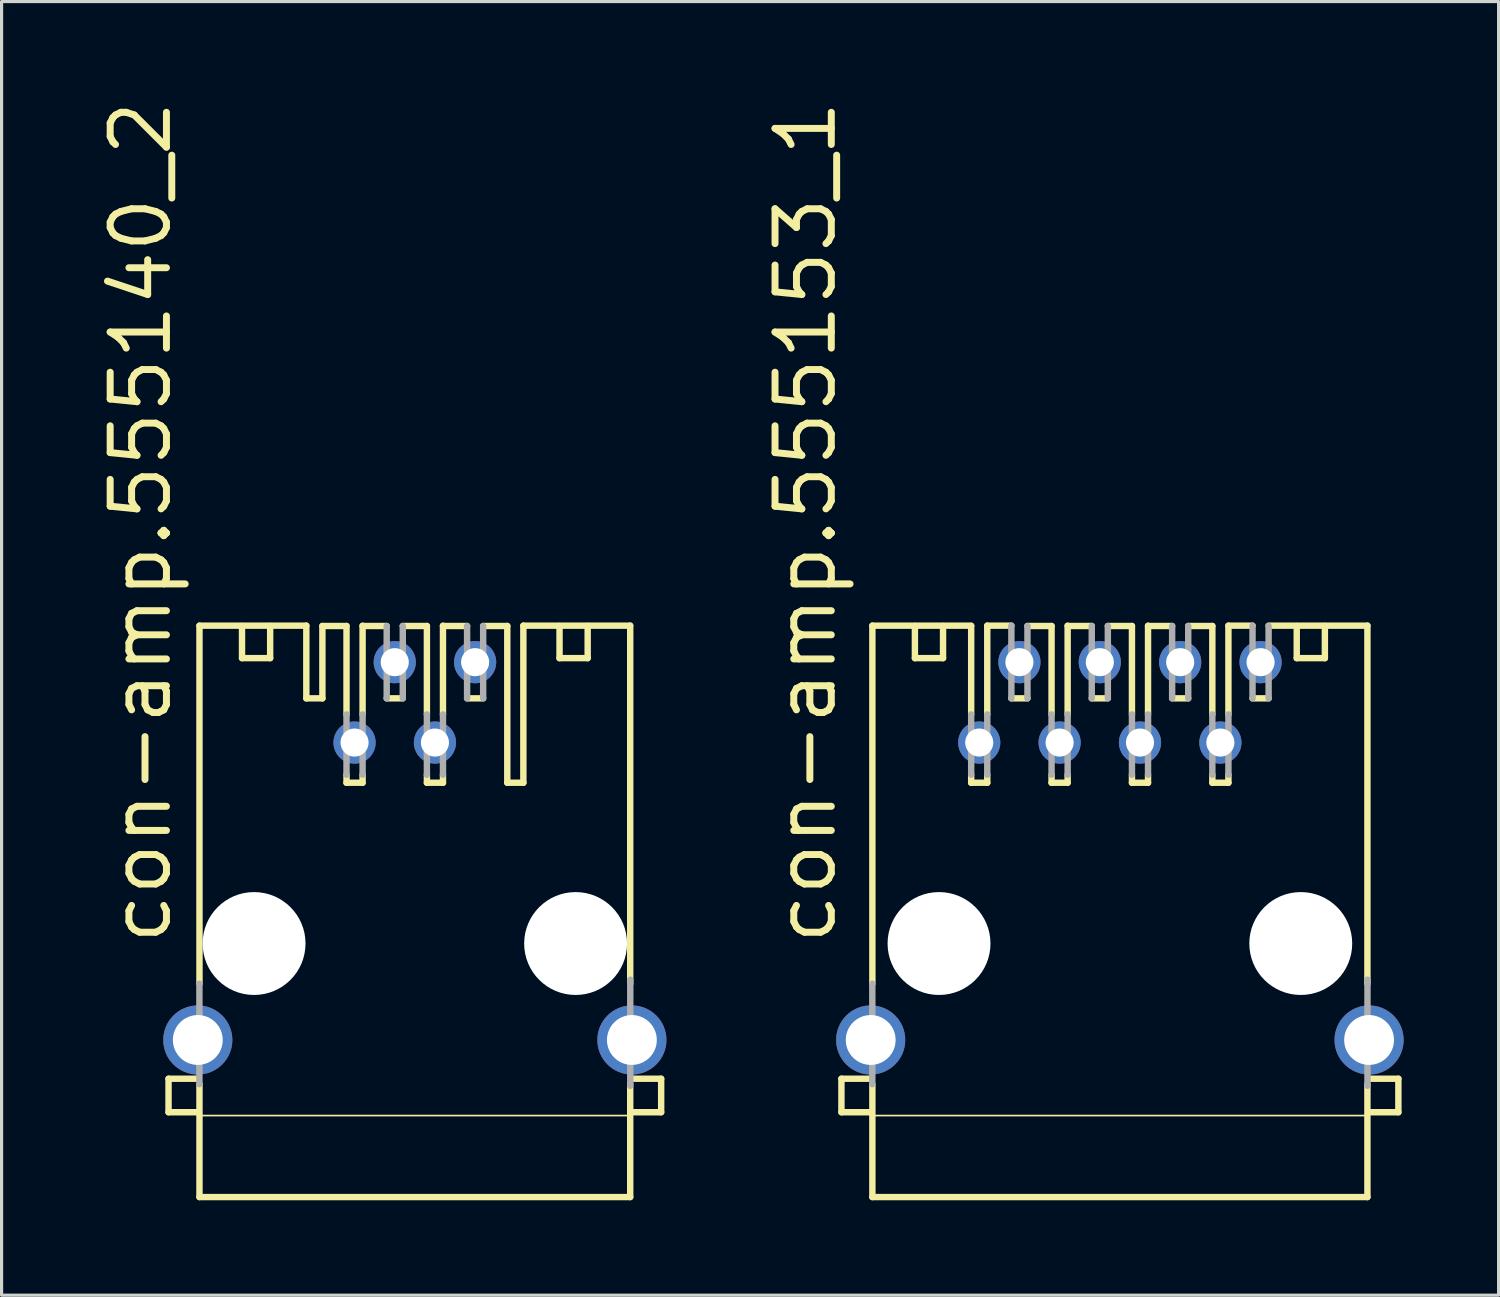
<source format=kicad_pcb>
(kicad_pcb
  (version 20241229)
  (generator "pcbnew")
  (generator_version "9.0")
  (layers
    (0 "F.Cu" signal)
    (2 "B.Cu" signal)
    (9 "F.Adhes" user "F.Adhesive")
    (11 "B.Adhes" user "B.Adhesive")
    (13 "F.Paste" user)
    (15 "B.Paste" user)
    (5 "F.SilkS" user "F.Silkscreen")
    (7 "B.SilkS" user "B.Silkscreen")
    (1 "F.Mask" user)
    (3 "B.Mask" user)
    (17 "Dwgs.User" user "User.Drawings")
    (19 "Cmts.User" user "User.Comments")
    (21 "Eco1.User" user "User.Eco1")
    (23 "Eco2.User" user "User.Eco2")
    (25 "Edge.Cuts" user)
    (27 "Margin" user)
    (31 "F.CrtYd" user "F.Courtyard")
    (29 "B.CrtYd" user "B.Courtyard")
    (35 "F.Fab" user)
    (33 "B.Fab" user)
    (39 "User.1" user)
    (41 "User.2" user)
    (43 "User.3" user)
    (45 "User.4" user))
  (footprint "con-amp.555153_1"
    (layer "F.Cu")
    (at 32.336 26.763)
    (property "Reference" "con-amp.555153_1" (at -8.89 0.127 90) (layer "F.SilkS") (effects (font (size 1.778 1.778) (thickness 0.22)) (justify left bottom)))
    (attr through_hole)
    (fp_line (start -8.799 4.273) (end -7.845 4.273) (stroke (width 0.203) (type default)) (layer "F.SilkS"))
    (fp_line (start -8.799 5.331) (end -8.799 4.273) (stroke (width 0.203) (type default)) (layer "F.SilkS"))
    (fp_line (start -7.874 5.436) (end 7.874 5.436) (stroke (width 0.051) (type default)) (layer "F.SilkS"))
    (fp_line (start -7.844 5.331) (end -8.799 5.331) (stroke (width 0.203) (type default)) (layer "F.SilkS"))
    (fp_line (start -7.821 -10.043) (end -4.699 -10.043) (stroke (width 0.203) (type default)) (layer "F.SilkS"))
    (fp_line (start -7.821 1.27) (end -7.821 -10.043) (stroke (width 0.203) (type default)) (layer "F.SilkS"))
    (fp_line (start -7.821 8.011) (end -7.821 4.445) (stroke (width 0.203) (type default)) (layer "F.SilkS"))
    (fp_line (start -6.477 -10.033) (end -6.477 -9.017) (stroke (width 0.203) (type default)) (layer "F.SilkS"))
    (fp_line (start -6.477 -9.017) (end -5.588 -9.017) (stroke (width 0.203) (type default)) (layer "F.SilkS"))
    (fp_line (start -5.588 -9.017) (end -5.588 -10.033) (stroke (width 0.203) (type default)) (layer "F.SilkS"))
    (fp_line (start -4.699 -7.239) (end -4.699 -10.033) (stroke (width 0.203) (type default)) (layer "F.SilkS"))
    (fp_line (start -4.699 -5.08) (end -4.699 -5.334) (stroke (width 0.203) (type default)) (layer "F.SilkS"))
    (fp_line (start -4.191 -10.043) (end -3.429 -10.043) (stroke (width 0.203) (type default)) (layer "F.SilkS"))
    (fp_line (start -4.191 -7.239) (end -4.191 -10.043) (stroke (width 0.203) (type default)) (layer "F.SilkS"))
    (fp_line (start -4.191 -5.08) (end -4.699 -5.08) (stroke (width 0.203) (type default)) (layer "F.SilkS"))
    (fp_line (start -4.191 -5.08) (end -4.191 -5.334) (stroke (width 0.203) (type default)) (layer "F.SilkS"))
    (fp_line (start -2.921 -10.033) (end -2.159 -10.033) (stroke (width 0.203) (type default)) (layer "F.SilkS"))
    (fp_line (start -2.921 -7.747) (end -3.429 -7.747) (stroke (width 0.203) (type default)) (layer "F.SilkS"))
    (fp_line (start -2.159 -7.239) (end -2.159 -10.033) (stroke (width 0.203) (type default)) (layer "F.SilkS"))
    (fp_line (start -2.159 -5.08) (end -2.159 -5.334) (stroke (width 0.203) (type default)) (layer "F.SilkS"))
    (fp_line (start -1.651 -10.033) (end -0.889 -10.033) (stroke (width 0.203) (type default)) (layer "F.SilkS"))
    (fp_line (start -1.651 -7.239) (end -1.651 -10.043) (stroke (width 0.203) (type default)) (layer "F.SilkS"))
    (fp_line (start -1.651 -5.08) (end -2.159 -5.08) (stroke (width 0.203) (type default)) (layer "F.SilkS"))
    (fp_line (start -1.651 -5.08) (end -1.651 -5.334) (stroke (width 0.203) (type default)) (layer "F.SilkS"))
    (fp_line (start -0.381 -10.033) (end 0.381 -10.033) (stroke (width 0.203) (type default)) (layer "F.SilkS"))
    (fp_line (start -0.381 -7.747) (end -0.889 -7.747) (stroke (width 0.203) (type default)) (layer "F.SilkS"))
    (fp_line (start 0.381 -7.239) (end 0.381 -10.033) (stroke (width 0.203) (type default)) (layer "F.SilkS"))
    (fp_line (start 0.381 -5.08) (end 0.381 -5.334) (stroke (width 0.203) (type default)) (layer "F.SilkS"))
    (fp_line (start 0.889 -10.033) (end 1.651 -10.033) (stroke (width 0.203) (type default)) (layer "F.SilkS"))
    (fp_line (start 0.889 -7.239) (end 0.889 -10.043) (stroke (width 0.203) (type default)) (layer "F.SilkS"))
    (fp_line (start 0.889 -5.08) (end 0.381 -5.08) (stroke (width 0.203) (type default)) (layer "F.SilkS"))
    (fp_line (start 0.889 -5.08) (end 0.889 -5.334) (stroke (width 0.203) (type default)) (layer "F.SilkS"))
    (fp_line (start 2.159 -10.033) (end 2.921 -10.033) (stroke (width 0.203) (type default)) (layer "F.SilkS"))
    (fp_line (start 2.159 -7.747) (end 1.651 -7.747) (stroke (width 0.203) (type default)) (layer "F.SilkS"))
    (fp_line (start 2.921 -7.239) (end 2.921 -10.033) (stroke (width 0.203) (type default)) (layer "F.SilkS"))
    (fp_line (start 2.921 -5.08) (end 2.921 -5.334) (stroke (width 0.203) (type default)) (layer "F.SilkS"))
    (fp_line (start 3.429 -10.043) (end 4.191 -10.043) (stroke (width 0.203) (type default)) (layer "F.SilkS"))
    (fp_line (start 3.429 -7.239) (end 3.429 -10.043) (stroke (width 0.203) (type default)) (layer "F.SilkS"))
    (fp_line (start 3.429 -5.08) (end 2.921 -5.08) (stroke (width 0.203) (type default)) (layer "F.SilkS"))
    (fp_line (start 3.429 -5.08) (end 3.429 -5.334) (stroke (width 0.203) (type default)) (layer "F.SilkS"))
    (fp_line (start 4.699 -10.043) (end 7.821 -10.043) (stroke (width 0.203) (type default)) (layer "F.SilkS"))
    (fp_line (start 4.699 -7.747) (end 4.191 -7.747) (stroke (width 0.203) (type default)) (layer "F.SilkS"))
    (fp_line (start 5.588 -9.017) (end 5.588 -10.033) (stroke (width 0.203) (type default)) (layer "F.SilkS"))
    (fp_line (start 6.477 -10.033) (end 6.477 -9.017) (stroke (width 0.203) (type default)) (layer "F.SilkS"))
    (fp_line (start 6.477 -9.017) (end 5.588 -9.017) (stroke (width 0.203) (type default)) (layer "F.SilkS"))
    (fp_line (start 7.821 -10.043) (end 7.821 1.27) (stroke (width 0.203) (type default)) (layer "F.SilkS"))
    (fp_line (start 7.821 4.445) (end 7.821 8.011) (stroke (width 0.203) (type default)) (layer "F.SilkS"))
    (fp_line (start 7.821 8.011) (end -7.821 8.011) (stroke (width 0.203) (type default)) (layer "F.SilkS"))
    (fp_line (start 7.869 5.331) (end 8.799 5.331) (stroke (width 0.203) (type default)) (layer "F.SilkS"))
    (fp_line (start 8.799 4.273) (end 7.87 4.273) (stroke (width 0.203) (type default)) (layer "F.SilkS"))
    (fp_line (start 8.799 5.331) (end 8.799 4.273) (stroke (width 0.203) (type default)) (layer "F.SilkS"))
    (fp_line (start -7.823 4.445) (end -7.823 1.27) (stroke (width 0.203) (type default)) (layer "F.Fab"))
    (fp_line (start -4.699 -7.239) (end -4.699 -5.334) (stroke (width 0.203) (type default)) (layer "F.Fab"))
    (fp_line (start -4.191 -7.239) (end -4.191 -5.334) (stroke (width 0.203) (type default)) (layer "F.Fab"))
    (fp_line (start -3.429 -10.043) (end -3.429 -7.747) (stroke (width 0.203) (type default)) (layer "F.Fab"))
    (fp_line (start -2.921 -10.033) (end -2.921 -7.747) (stroke (width 0.203) (type default)) (layer "F.Fab"))
    (fp_line (start -2.159 -7.239) (end -2.159 -5.334) (stroke (width 0.203) (type default)) (layer "F.Fab"))
    (fp_line (start -1.651 -7.239) (end -1.651 -5.334) (stroke (width 0.203) (type default)) (layer "F.Fab"))
    (fp_line (start -0.889 -10.033) (end -0.889 -7.747) (stroke (width 0.203) (type default)) (layer "F.Fab"))
    (fp_line (start -0.381 -10.033) (end -0.381 -7.747) (stroke (width 0.203) (type default)) (layer "F.Fab"))
    (fp_line (start 0.381 -7.239) (end 0.381 -5.334) (stroke (width 0.203) (type default)) (layer "F.Fab"))
    (fp_line (start 0.889 -7.239) (end 0.889 -5.334) (stroke (width 0.203) (type default)) (layer "F.Fab"))
    (fp_line (start 1.651 -10.033) (end 1.651 -7.747) (stroke (width 0.203) (type default)) (layer "F.Fab"))
    (fp_line (start 2.159 -10.033) (end 2.159 -7.747) (stroke (width 0.203) (type default)) (layer "F.Fab"))
    (fp_line (start 2.921 -7.239) (end 2.921 -5.334) (stroke (width 0.203) (type default)) (layer "F.Fab"))
    (fp_line (start 3.429 -7.239) (end 3.429 -5.334) (stroke (width 0.203) (type default)) (layer "F.Fab"))
    (fp_line (start 4.191 -10.043) (end 4.191 -7.747) (stroke (width 0.203) (type default)) (layer "F.Fab"))
    (fp_line (start 4.699 -10.033) (end 4.699 -7.747) (stroke (width 0.203) (type default)) (layer "F.Fab"))
    (fp_line (start 7.823 4.496) (end 7.823 1.143) (stroke (width 0.203) (type default)) (layer "F.Fab"))
    (pad "" np_thru_hole circle (at -5.715 0) (size 3.251 3.251) (drill 3.251) (layers "*.Cu" "*.Mask"))
    (pad "" np_thru_hole circle (at 5.715 0) (size 3.251 3.251) (drill 3.251) (layers "*.Cu" "*.Mask"))
    (pad "1" thru_hole circle (at -4.445 -6.35) (size 1.333 1.333) (drill 0.889) (layers "*.Cu" "*.Mask"))
    (pad "2" thru_hole circle (at -3.175 -8.89) (size 1.333 1.333) (drill 0.889) (layers "*.Cu" "*.Mask"))
    (pad "3" thru_hole circle (at -1.905 -6.35) (size 1.333 1.333) (drill 0.889) (layers "*.Cu" "*.Mask"))
    (pad "4" thru_hole circle (at -0.635 -8.89) (size 1.333 1.333) (drill 0.889) (layers "*.Cu" "*.Mask"))
    (pad "5" thru_hole circle (at 0.635 -6.35) (size 1.333 1.333) (drill 0.889) (layers "*.Cu" "*.Mask"))
    (pad "6" thru_hole circle (at 1.905 -8.89) (size 1.333 1.333) (drill 0.889) (layers "*.Cu" "*.Mask"))
    (pad "7" thru_hole circle (at 3.175 -6.35) (size 1.333 1.333) (drill 0.889) (layers "*.Cu" "*.Mask"))
    (pad "8" thru_hole circle (at 4.445 -8.89) (size 1.333 1.333) (drill 0.889) (layers "*.Cu" "*.Mask"))
    (pad "G1" thru_hole circle (at -7.874 3.048) (size 2.184 2.184) (drill 1.575) (layers "*.Cu" "*.Mask"))
    (pad "G2" thru_hole circle (at 7.874 3.048) (size 2.184 2.184) (drill 1.575) (layers "*.Cu" "*.Mask")))
  (footprint "con-amp.555140_2"
    (layer "F.Cu")
    (at 10.058 26.763)
    (property "Reference" "con-amp.555140_2" (at -7.62 0.127 90) (layer "F.SilkS") (effects (font (size 1.778 1.778) (thickness 0.22)) (justify left bottom)))
    (attr through_hole)
    (fp_line (start -7.783 4.273) (end -6.829 4.273) (stroke (width 0.203) (type default)) (layer "F.SilkS"))
    (fp_line (start -7.783 5.331) (end -7.783 4.273) (stroke (width 0.203) (type default)) (layer "F.SilkS"))
    (fp_line (start -6.858 5.436) (end 6.858 5.436) (stroke (width 0.051) (type default)) (layer "F.SilkS"))
    (fp_line (start -6.828 5.331) (end -7.783 5.331) (stroke (width 0.203) (type default)) (layer "F.SilkS"))
    (fp_line (start -6.805 -10.043) (end -3.429 -10.043) (stroke (width 0.203) (type default)) (layer "F.SilkS"))
    (fp_line (start -6.805 1.27) (end -6.805 -10.043) (stroke (width 0.203) (type default)) (layer "F.SilkS"))
    (fp_line (start -6.805 8.011) (end -6.805 4.445) (stroke (width 0.203) (type default)) (layer "F.SilkS"))
    (fp_line (start -5.461 -10.033) (end -5.461 -9.017) (stroke (width 0.203) (type default)) (layer "F.SilkS"))
    (fp_line (start -5.461 -9.017) (end -4.572 -9.017) (stroke (width 0.203) (type default)) (layer "F.SilkS"))
    (fp_line (start -4.572 -9.017) (end -4.572 -10.033) (stroke (width 0.203) (type default)) (layer "F.SilkS"))
    (fp_line (start -3.429 -10.043) (end -3.429 -7.747) (stroke (width 0.203) (type default)) (layer "F.SilkS"))
    (fp_line (start -2.921 -10.033) (end -2.921 -7.747) (stroke (width 0.203) (type default)) (layer "F.SilkS"))
    (fp_line (start -2.921 -10.033) (end -2.159 -10.033) (stroke (width 0.203) (type default)) (layer "F.SilkS"))
    (fp_line (start -2.921 -7.747) (end -3.429 -7.747) (stroke (width 0.203) (type default)) (layer "F.SilkS"))
    (fp_line (start -2.159 -7.239) (end -2.159 -10.033) (stroke (width 0.203) (type default)) (layer "F.SilkS"))
    (fp_line (start -2.159 -5.08) (end -2.159 -5.334) (stroke (width 0.203) (type default)) (layer "F.SilkS"))
    (fp_line (start -1.651 -10.033) (end -0.889 -10.033) (stroke (width 0.203) (type default)) (layer "F.SilkS"))
    (fp_line (start -1.651 -7.239) (end -1.651 -10.043) (stroke (width 0.203) (type default)) (layer "F.SilkS"))
    (fp_line (start -1.651 -5.08) (end -2.159 -5.08) (stroke (width 0.203) (type default)) (layer "F.SilkS"))
    (fp_line (start -1.651 -5.08) (end -1.651 -5.334) (stroke (width 0.203) (type default)) (layer "F.SilkS"))
    (fp_line (start -0.381 -10.033) (end 0.381 -10.033) (stroke (width 0.203) (type default)) (layer "F.SilkS"))
    (fp_line (start -0.381 -7.747) (end -0.889 -7.747) (stroke (width 0.203) (type default)) (layer "F.SilkS"))
    (fp_line (start 0.381 -7.239) (end 0.381 -10.033) (stroke (width 0.203) (type default)) (layer "F.SilkS"))
    (fp_line (start 0.381 -5.08) (end 0.381 -5.334) (stroke (width 0.203) (type default)) (layer "F.SilkS"))
    (fp_line (start 0.889 -10.033) (end 1.651 -10.033) (stroke (width 0.203) (type default)) (layer "F.SilkS"))
    (fp_line (start 0.889 -7.239) (end 0.889 -10.043) (stroke (width 0.203) (type default)) (layer "F.SilkS"))
    (fp_line (start 0.889 -5.08) (end 0.381 -5.08) (stroke (width 0.203) (type default)) (layer "F.SilkS"))
    (fp_line (start 0.889 -5.08) (end 0.889 -5.334) (stroke (width 0.203) (type default)) (layer "F.SilkS"))
    (fp_line (start 2.159 -10.033) (end 2.921 -10.033) (stroke (width 0.203) (type default)) (layer "F.SilkS"))
    (fp_line (start 2.159 -7.747) (end 1.651 -7.747) (stroke (width 0.203) (type default)) (layer "F.SilkS"))
    (fp_line (start 2.921 -5.08) (end 2.921 -10.033) (stroke (width 0.203) (type default)) (layer "F.SilkS"))
    (fp_line (start 3.429 -10.043) (end 6.805 -10.043) (stroke (width 0.203) (type default)) (layer "F.SilkS"))
    (fp_line (start 3.429 -5.08) (end 2.921 -5.08) (stroke (width 0.203) (type default)) (layer "F.SilkS"))
    (fp_line (start 3.429 -5.08) (end 3.429 -10.043) (stroke (width 0.203) (type default)) (layer "F.SilkS"))
    (fp_line (start 4.572 -9.017) (end 4.572 -10.033) (stroke (width 0.203) (type default)) (layer "F.SilkS"))
    (fp_line (start 5.461 -10.033) (end 5.461 -9.017) (stroke (width 0.203) (type default)) (layer "F.SilkS"))
    (fp_line (start 5.461 -9.017) (end 4.572 -9.017) (stroke (width 0.203) (type default)) (layer "F.SilkS"))
    (fp_line (start 6.805 -10.043) (end 6.805 1.27) (stroke (width 0.203) (type default)) (layer "F.SilkS"))
    (fp_line (start 6.805 4.445) (end 6.805 8.011) (stroke (width 0.203) (type default)) (layer "F.SilkS"))
    (fp_line (start 6.805 8.011) (end -6.805 8.011) (stroke (width 0.203) (type default)) (layer "F.SilkS"))
    (fp_line (start 6.853 5.331) (end 7.783 5.331) (stroke (width 0.203) (type default)) (layer "F.SilkS"))
    (fp_line (start 7.783 4.273) (end 6.854 4.273) (stroke (width 0.203) (type default)) (layer "F.SilkS"))
    (fp_line (start 7.783 5.331) (end 7.783 4.273) (stroke (width 0.203) (type default)) (layer "F.SilkS"))
    (fp_line (start -6.807 4.445) (end -6.807 1.27) (stroke (width 0.203) (type default)) (layer "F.Fab"))
    (fp_line (start -2.159 -7.239) (end -2.159 -5.334) (stroke (width 0.203) (type default)) (layer "F.Fab"))
    (fp_line (start -1.651 -7.239) (end -1.651 -5.334) (stroke (width 0.203) (type default)) (layer "F.Fab"))
    (fp_line (start -0.889 -10.033) (end -0.889 -7.747) (stroke (width 0.203) (type default)) (layer "F.Fab"))
    (fp_line (start -0.381 -10.033) (end -0.381 -7.747) (stroke (width 0.203) (type default)) (layer "F.Fab"))
    (fp_line (start 0.381 -7.239) (end 0.381 -5.334) (stroke (width 0.203) (type default)) (layer "F.Fab"))
    (fp_line (start 0.889 -7.239) (end 0.889 -5.334) (stroke (width 0.203) (type default)) (layer "F.Fab"))
    (fp_line (start 1.651 -10.033) (end 1.651 -7.747) (stroke (width 0.203) (type default)) (layer "F.Fab"))
    (fp_line (start 2.159 -10.033) (end 2.159 -7.747) (stroke (width 0.203) (type default)) (layer "F.Fab"))
    (fp_line (start 6.807 4.496) (end 6.807 1.143) (stroke (width 0.203) (type default)) (layer "F.Fab"))
    (pad "" np_thru_hole circle (at -5.08 0) (size 3.251 3.251) (drill 3.251) (layers "*.Cu" "*.Mask"))
    (pad "" np_thru_hole circle (at 5.08 0) (size 3.251 3.251) (drill 3.251) (layers "*.Cu" "*.Mask"))
    (pad "1" thru_hole circle (at -1.905 -6.35) (size 1.333 1.333) (drill 0.889) (layers "*.Cu" "*.Mask"))
    (pad "2" thru_hole circle (at -0.635 -8.89) (size 1.333 1.333) (drill 0.889) (layers "*.Cu" "*.Mask"))
    (pad "3" thru_hole circle (at 0.635 -6.35) (size 1.333 1.333) (drill 0.889) (layers "*.Cu" "*.Mask"))
    (pad "4" thru_hole circle (at 1.905 -8.89) (size 1.333 1.333) (drill 0.889) (layers "*.Cu" "*.Mask"))
    (pad "G1" thru_hole circle (at -6.858 3.048) (size 2.184 2.184) (drill 1.575) (layers "*.Cu" "*.Mask"))
    (pad "G2" thru_hole circle (at 6.858 3.048) (size 2.184 2.184) (drill 1.575) (layers "*.Cu" "*.Mask")))
  (gr_rect
    (start -3 -3)
    (end 44.302 37.875)
    (stroke (width 0.1) (type default))
    (fill no)
    (layer "Edge.Cuts")))
</source>
